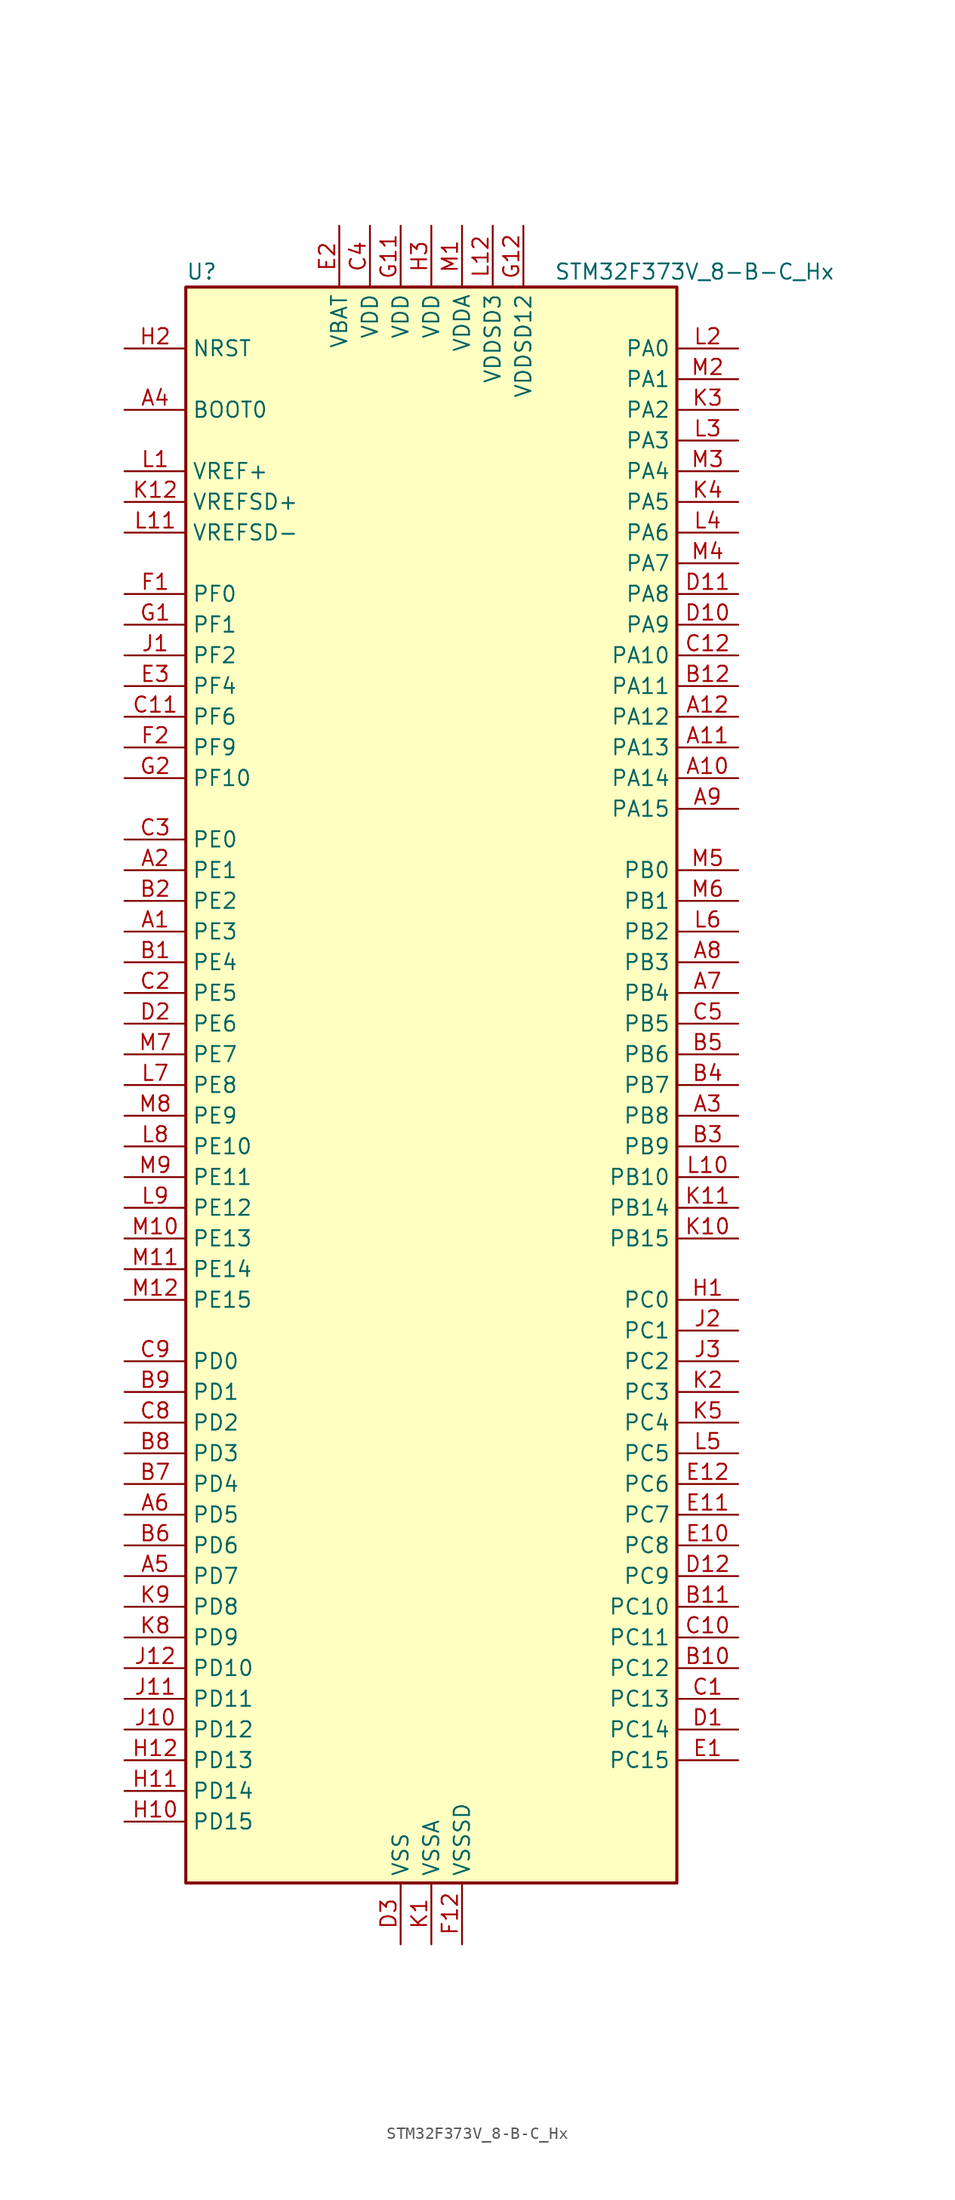
<source format=kicad_sym>
(kicad_symbol_lib
  (version 20241209)
  (generator "kicad_symbol_editor")
  (generator_version "9.0")
  (symbol "STM32F373V_8-B-C_Hx"
    (property "Reference" "U"
      (at -20.32 67.31 0)
      (effects (font (size 1.27 1.27)) (justify left)))
    (property "Value" "STM32F373V_8-B-C_Hx"
      (at 10.16 67.31 0)
      (effects (font (size 1.27 1.27)) (justify left)))
    (symbol "STM32F373V_8-B-C_Hx_0_1"
      (rectangle (start -20.32 -66.04) (end 20.32 66.04) (stroke (width 0.254) (type default)) (fill (type background))))
    (symbol "STM32F373V_8-B-C_Hx_1_1"
      (pin input line (at -25.4 60.96 0) (length 5.08) (name "NRST" (effects (font (size 1.27 1.27)))) (number "H2" (effects (font (size 1.27 1.27)))))
      (pin input line (at -25.4 55.88 0) (length 5.08) (name "BOOT0" (effects (font (size 1.27 1.27)))) (number "A4" (effects (font (size 1.27 1.27)))))
      (pin input line (at -25.4 50.8 0) (length 5.08) (name "VREF+" (effects (font (size 1.27 1.27)))) (number "L1" (effects (font (size 1.27 1.27)))))
      (pin input line (at -25.4 48.26 0) (length 5.08) (name "VREFSD+" (effects (font (size 1.27 1.27)))) (number "K12" (effects (font (size 1.27 1.27)))))
      (pin input line (at -25.4 45.72 0) (length 5.08) (name "VREFSD-" (effects (font (size 1.27 1.27)))) (number "L11" (effects (font (size 1.27 1.27)))))
      (pin bidirectional line (at -25.4 40.64 0) (length 5.08) (name "PF0" (effects (font (size 1.27 1.27)))) (number "F1" (effects (font (size 1.27 1.27)))) (alternate "I2C2_SDA" bidirectional line) (alternate "RCC_OSC_IN" bidirectional line))
      (pin bidirectional line (at -25.4 38.1 0) (length 5.08) (name "PF1" (effects (font (size 1.27 1.27)))) (number "G1" (effects (font (size 1.27 1.27)))) (alternate "I2C2_SCL" bidirectional line) (alternate "RCC_OSC_OUT" bidirectional line))
      (pin bidirectional line (at -25.4 35.56 0) (length 5.08) (name "PF2" (effects (font (size 1.27 1.27)))) (number "J1" (effects (font (size 1.27 1.27)))) (alternate "I2C2_SMBA" bidirectional line))
      (pin bidirectional line (at -25.4 33.02 0) (length 5.08) (name "PF4" (effects (font (size 1.27 1.27)))) (number "E3" (effects (font (size 1.27 1.27)))))
      (pin bidirectional line (at -25.4 30.48 0) (length 5.08) (name "PF6" (effects (font (size 1.27 1.27)))) (number "C11" (effects (font (size 1.27 1.27)))) (alternate "I2C2_SCL" bidirectional line) (alternate "I2S1_SD" bidirectional line) (alternate "SPI1_MOSI" bidirectional line) (alternate "TIM4_CH4" bidirectional line) (alternate "USART3_DE" bidirectional line) (alternate "USART3_RTS" bidirectional line))
      (pin bidirectional line (at -25.4 27.94 0) (length 5.08) (name "PF9" (effects (font (size 1.27 1.27)))) (number "F2" (effects (font (size 1.27 1.27)))) (alternate "DAC1_EXTI9" bidirectional line) (alternate "DAC2_EXTI9" bidirectional line) (alternate "TIM14_CH1" bidirectional line))
      (pin bidirectional line (at -25.4 25.4 0) (length 5.08) (name "PF10" (effects (font (size 1.27 1.27)))) (number "G2" (effects (font (size 1.27 1.27)))))
      (pin bidirectional line (at -25.4 20.32 0) (length 5.08) (name "PE0" (effects (font (size 1.27 1.27)))) (number "C3" (effects (font (size 1.27 1.27)))) (alternate "TIM4_ETR" bidirectional line) (alternate "USART1_TX" bidirectional line))
      (pin bidirectional line (at -25.4 17.78 0) (length 5.08) (name "PE1" (effects (font (size 1.27 1.27)))) (number "A2" (effects (font (size 1.27 1.27)))) (alternate "USART1_RX" bidirectional line))
      (pin bidirectional line (at -25.4 15.24 0) (length 5.08) (name "PE2" (effects (font (size 1.27 1.27)))) (number "B2" (effects (font (size 1.27 1.27)))) (alternate "SYS_TRACECK" bidirectional line) (alternate "TSC_G7_IO1" bidirectional line))
      (pin bidirectional line (at -25.4 12.7 0) (length 5.08) (name "PE3" (effects (font (size 1.27 1.27)))) (number "A1" (effects (font (size 1.27 1.27)))) (alternate "SYS_TRACED0" bidirectional line) (alternate "TSC_G7_IO2" bidirectional line))
      (pin bidirectional line (at -25.4 10.16 0) (length 5.08) (name "PE4" (effects (font (size 1.27 1.27)))) (number "B1" (effects (font (size 1.27 1.27)))) (alternate "SYS_TRACED1" bidirectional line) (alternate "TSC_G7_IO3" bidirectional line))
      (pin bidirectional line (at -25.4 7.62 0) (length 5.08) (name "PE5" (effects (font (size 1.27 1.27)))) (number "C2" (effects (font (size 1.27 1.27)))) (alternate "SYS_TRACED2" bidirectional line) (alternate "TSC_G7_IO4" bidirectional line))
      (pin bidirectional line (at -25.4 5.08 0) (length 5.08) (name "PE6" (effects (font (size 1.27 1.27)))) (number "D2" (effects (font (size 1.27 1.27)))) (alternate "RTC_TAMP3" bidirectional line) (alternate "SYS_TRACED3" bidirectional line) (alternate "SYS_WKUP3" bidirectional line))
      (pin bidirectional line (at -25.4 2.54 0) (length 5.08) (name "PE7" (effects (font (size 1.27 1.27)))) (number "M7" (effects (font (size 1.27 1.27)))) (alternate "SDADC1_AIN3P" bidirectional line) (alternate "SDADC1_AIN4M" bidirectional line) (alternate "SDADC2_AIN5P" bidirectional line) (alternate "SDADC2_AIN6M" bidirectional line))
      (pin bidirectional line (at -25.4 0 0) (length 5.08) (name "PE8" (effects (font (size 1.27 1.27)))) (number "L7" (effects (font (size 1.27 1.27)))) (alternate "SDADC1_AIN8P" bidirectional line) (alternate "SDADC2_AIN8P" bidirectional line))
      (pin bidirectional line (at -25.4 -2.54 0) (length 5.08) (name "PE9" (effects (font (size 1.27 1.27)))) (number "M8" (effects (font (size 1.27 1.27)))) (alternate "DAC1_EXTI9" bidirectional line) (alternate "DAC2_EXTI9" bidirectional line) (alternate "SDADC1_AIN7P" bidirectional line) (alternate "SDADC1_AIN8M" bidirectional line) (alternate "SDADC2_AIN7P" bidirectional line) (alternate "SDADC2_AIN8M" bidirectional line))
      (pin bidirectional line (at -25.4 -5.08 0) (length 5.08) (name "PE10" (effects (font (size 1.27 1.27)))) (number "L8" (effects (font (size 1.27 1.27)))) (alternate "SDADC1_AIN2P" bidirectional line))
      (pin bidirectional line (at -25.4 -7.62 0) (length 5.08) (name "PE11" (effects (font (size 1.27 1.27)))) (number "M9" (effects (font (size 1.27 1.27)))) (alternate "ADC1_EXTI11" bidirectional line) (alternate "SDADC1_AIN1P" bidirectional line) (alternate "SDADC1_AIN2M" bidirectional line) (alternate "SDADC1_EXTI11" bidirectional line) (alternate "SDADC2_AIN4P" bidirectional line) (alternate "SDADC2_EXTI11" bidirectional line) (alternate "SDADC3_EXTI11" bidirectional line))
      (pin bidirectional line (at -25.4 -10.16 0) (length 5.08) (name "PE12" (effects (font (size 1.27 1.27)))) (number "L9" (effects (font (size 1.27 1.27)))) (alternate "SDADC1_AIN0P" bidirectional line) (alternate "SDADC2_AIN3P" bidirectional line) (alternate "SDADC2_AIN4M" bidirectional line))
      (pin bidirectional line (at -25.4 -12.7 0) (length 5.08) (name "PE13" (effects (font (size 1.27 1.27)))) (number "M10" (effects (font (size 1.27 1.27)))) (alternate "SDADC1_AIN0M" bidirectional line) (alternate "SDADC2_AIN2P" bidirectional line))
      (pin bidirectional line (at -25.4 -15.24 0) (length 5.08) (name "PE14" (effects (font (size 1.27 1.27)))) (number "M11" (effects (font (size 1.27 1.27)))) (alternate "SDADC2_AIN1P" bidirectional line) (alternate "SDADC2_AIN2M" bidirectional line))
      (pin bidirectional line (at -25.4 -17.78 0) (length 5.08) (name "PE15" (effects (font (size 1.27 1.27)))) (number "M12" (effects (font (size 1.27 1.27)))) (alternate "ADC1_EXTI15" bidirectional line) (alternate "SDADC1_EXTI15" bidirectional line) (alternate "SDADC2_AIN0P" bidirectional line) (alternate "SDADC2_EXTI15" bidirectional line) (alternate "SDADC3_EXTI15" bidirectional line) (alternate "USART3_RX" bidirectional line))
      (pin bidirectional line (at -25.4 -22.86 0) (length 5.08) (name "PD0" (effects (font (size 1.27 1.27)))) (number "C9" (effects (font (size 1.27 1.27)))) (alternate "CAN_RX" bidirectional line) (alternate "TIM19_CH4" bidirectional line))
      (pin bidirectional line (at -25.4 -25.4 0) (length 5.08) (name "PD1" (effects (font (size 1.27 1.27)))) (number "B9" (effects (font (size 1.27 1.27)))) (alternate "CAN_TX" bidirectional line) (alternate "TIM19_ETR" bidirectional line))
      (pin bidirectional line (at -25.4 -27.94 0) (length 5.08) (name "PD2" (effects (font (size 1.27 1.27)))) (number "C8" (effects (font (size 1.27 1.27)))) (alternate "TIM3_ETR" bidirectional line))
      (pin bidirectional line (at -25.4 -30.48 0) (length 5.08) (name "PD3" (effects (font (size 1.27 1.27)))) (number "B8" (effects (font (size 1.27 1.27)))) (alternate "I2S2_MCK" bidirectional line) (alternate "SPI2_MISO" bidirectional line) (alternate "USART2_CTS" bidirectional line))
      (pin bidirectional line (at -25.4 -33.02 0) (length 5.08) (name "PD4" (effects (font (size 1.27 1.27)))) (number "B7" (effects (font (size 1.27 1.27)))) (alternate "I2S2_SD" bidirectional line) (alternate "SPI2_MOSI" bidirectional line) (alternate "USART2_DE" bidirectional line) (alternate "USART2_RTS" bidirectional line))
      (pin bidirectional line (at -25.4 -35.56 0) (length 5.08) (name "PD5" (effects (font (size 1.27 1.27)))) (number "A6" (effects (font (size 1.27 1.27)))) (alternate "USART2_TX" bidirectional line))
      (pin bidirectional line (at -25.4 -38.1 0) (length 5.08) (name "PD6" (effects (font (size 1.27 1.27)))) (number "B6" (effects (font (size 1.27 1.27)))) (alternate "I2S2_WS" bidirectional line) (alternate "SPI2_NSS" bidirectional line) (alternate "USART2_RX" bidirectional line))
      (pin bidirectional line (at -25.4 -40.64 0) (length 5.08) (name "PD7" (effects (font (size 1.27 1.27)))) (number "A5" (effects (font (size 1.27 1.27)))) (alternate "I2S2_CK" bidirectional line) (alternate "SPI2_SCK" bidirectional line) (alternate "USART2_CK" bidirectional line))
      (pin bidirectional line (at -25.4 -43.18 0) (length 5.08) (name "PD8" (effects (font (size 1.27 1.27)))) (number "K9" (effects (font (size 1.27 1.27)))) (alternate "I2S2_CK" bidirectional line) (alternate "SDADC3_AIN6P" bidirectional line) (alternate "SPI2_SCK" bidirectional line) (alternate "TSC_G6_IO3" bidirectional line) (alternate "USART3_TX" bidirectional line))
      (pin bidirectional line (at -25.4 -45.72 0) (length 5.08) (name "PD9" (effects (font (size 1.27 1.27)))) (number "K8" (effects (font (size 1.27 1.27)))) (alternate "DAC1_EXTI9" bidirectional line) (alternate "DAC2_EXTI9" bidirectional line) (alternate "SDADC3_AIN5P" bidirectional line) (alternate "SDADC3_AIN6M" bidirectional line) (alternate "TSC_G6_IO4" bidirectional line) (alternate "USART3_RX" bidirectional line))
      (pin bidirectional line (at -25.4 -48.26 0) (length 5.08) (name "PD10" (effects (font (size 1.27 1.27)))) (number "J12" (effects (font (size 1.27 1.27)))) (alternate "SDADC3_AIN4P" bidirectional line) (alternate "USART3_CK" bidirectional line))
      (pin bidirectional line (at -25.4 -50.8 0) (length 5.08) (name "PD11" (effects (font (size 1.27 1.27)))) (number "J11" (effects (font (size 1.27 1.27)))) (alternate "ADC1_EXTI11" bidirectional line) (alternate "SDADC1_EXTI11" bidirectional line) (alternate "SDADC2_EXTI11" bidirectional line) (alternate "SDADC3_AIN3P" bidirectional line) (alternate "SDADC3_AIN4M" bidirectional line) (alternate "SDADC3_EXTI11" bidirectional line) (alternate "USART3_CTS" bidirectional line))
      (pin bidirectional line (at -25.4 -53.34 0) (length 5.08) (name "PD12" (effects (font (size 1.27 1.27)))) (number "J10" (effects (font (size 1.27 1.27)))) (alternate "SDADC3_AIN2P" bidirectional line) (alternate "TIM4_CH1" bidirectional line) (alternate "TSC_G8_IO1" bidirectional line) (alternate "USART3_DE" bidirectional line) (alternate "USART3_RTS" bidirectional line))
      (pin bidirectional line (at -25.4 -55.88 0) (length 5.08) (name "PD13" (effects (font (size 1.27 1.27)))) (number "H12" (effects (font (size 1.27 1.27)))) (alternate "SDADC3_AIN1P" bidirectional line) (alternate "SDADC3_AIN2M" bidirectional line) (alternate "TIM4_CH2" bidirectional line) (alternate "TSC_G8_IO2" bidirectional line))
      (pin bidirectional line (at -25.4 -58.42 0) (length 5.08) (name "PD14" (effects (font (size 1.27 1.27)))) (number "H11" (effects (font (size 1.27 1.27)))) (alternate "SDADC3_AIN0P" bidirectional line) (alternate "TIM4_CH3" bidirectional line) (alternate "TSC_G8_IO3" bidirectional line))
      (pin bidirectional line (at -25.4 -60.96 0) (length 5.08) (name "PD15" (effects (font (size 1.27 1.27)))) (number "H10" (effects (font (size 1.27 1.27)))) (alternate "ADC1_EXTI15" bidirectional line) (alternate "SDADC1_EXTI15" bidirectional line) (alternate "SDADC2_EXTI15" bidirectional line) (alternate "SDADC3_AIN0M" bidirectional line) (alternate "SDADC3_EXTI15" bidirectional line) (alternate "TIM4_CH4" bidirectional line) (alternate "TSC_G8_IO4" bidirectional line))
      (pin power_in line (at -7.62 71.12 270) (length 5.08) (name "VBAT" (effects (font (size 1.27 1.27)))) (number "E2" (effects (font (size 1.27 1.27)))))
      (pin power_in line (at -5.08 71.12 270) (length 5.08) (name "VDD" (effects (font (size 1.27 1.27)))) (number "C4" (effects (font (size 1.27 1.27)))))
      (pin power_in line (at -2.54 71.12 270) (length 5.08) (name "VDD" (effects (font (size 1.27 1.27)))) (number "G11" (effects (font (size 1.27 1.27)))))
      (pin power_in line (at -2.54 -71.12 90) (length 5.08) (name "VSS" (effects (font (size 1.27 1.27)))) (number "D3" (effects (font (size 1.27 1.27)))))
      (pin passive line (at -2.54 -71.12 90) (length 5.08) (hide yes) (name "VSS" (effects (font (size 1.27 1.27)))) (number "F11" (effects (font (size 1.27 1.27)))))
      (pin power_in line (at 0 71.12 270) (length 5.08) (name "VDD" (effects (font (size 1.27 1.27)))) (number "H3" (effects (font (size 1.27 1.27)))))
      (pin power_in line (at 0 -71.12 90) (length 5.08) (name "VSSA" (effects (font (size 1.27 1.27)))) (number "K1" (effects (font (size 1.27 1.27)))))
      (pin power_in line (at 2.54 71.12 270) (length 5.08) (name "VDDA" (effects (font (size 1.27 1.27)))) (number "M1" (effects (font (size 1.27 1.27)))))
      (pin power_in line (at 2.54 -71.12 90) (length 5.08) (name "VSSSD" (effects (font (size 1.27 1.27)))) (number "F12" (effects (font (size 1.27 1.27)))))
      (pin power_in line (at 5.08 71.12 270) (length 5.08) (name "VDDSD3" (effects (font (size 1.27 1.27)))) (number "L12" (effects (font (size 1.27 1.27)))))
      (pin power_in line (at 7.62 71.12 270) (length 5.08) (name "VDDSD12" (effects (font (size 1.27 1.27)))) (number "G12" (effects (font (size 1.27 1.27)))))
      (pin bidirectional line (at 25.4 60.96 180) (length 5.08) (name "PA0" (effects (font (size 1.27 1.27)))) (number "L2" (effects (font (size 1.27 1.27)))) (alternate "ADC1_IN0" bidirectional line) (alternate "COMP1_INM" bidirectional line) (alternate "COMP1_OUT" bidirectional line) (alternate "RTC_TAMP2" bidirectional line) (alternate "SYS_WKUP1" bidirectional line) (alternate "TIM19_CH1" bidirectional line) (alternate "TIM2_CH1" bidirectional line) (alternate "TIM2_ETR" bidirectional line) (alternate "TIM5_CH1" bidirectional line) (alternate "TIM5_ETR" bidirectional line) (alternate "TSC_G1_IO1" bidirectional line) (alternate "USART2_CTS" bidirectional line))
      (pin bidirectional line (at 25.4 58.42 180) (length 5.08) (name "PA1" (effects (font (size 1.27 1.27)))) (number "M2" (effects (font (size 1.27 1.27)))) (alternate "ADC1_IN1" bidirectional line) (alternate "COMP1_INP" bidirectional line) (alternate "I2S3_CK" bidirectional line) (alternate "RTC_REFIN" bidirectional line) (alternate "SPI3_SCK" bidirectional line) (alternate "TIM15_CH1N" bidirectional line) (alternate "TIM19_CH2" bidirectional line) (alternate "TIM2_CH2" bidirectional line) (alternate "TIM5_CH2" bidirectional line) (alternate "TSC_G1_IO2" bidirectional line) (alternate "USART2_DE" bidirectional line) (alternate "USART2_RTS" bidirectional line))
      (pin bidirectional line (at 25.4 55.88 180) (length 5.08) (name "PA2" (effects (font (size 1.27 1.27)))) (number "K3" (effects (font (size 1.27 1.27)))) (alternate "ADC1_IN2" bidirectional line) (alternate "COMP2_INM" bidirectional line) (alternate "COMP2_OUT" bidirectional line) (alternate "I2S3_MCK" bidirectional line) (alternate "SPI3_MISO" bidirectional line) (alternate "TIM15_CH1" bidirectional line) (alternate "TIM19_CH3" bidirectional line) (alternate "TIM2_CH3" bidirectional line) (alternate "TIM5_CH3" bidirectional line) (alternate "TSC_G1_IO3" bidirectional line) (alternate "USART2_TX" bidirectional line))
      (pin bidirectional line (at 25.4 53.34 180) (length 5.08) (name "PA3" (effects (font (size 1.27 1.27)))) (number "L3" (effects (font (size 1.27 1.27)))) (alternate "ADC1_IN3" bidirectional line) (alternate "COMP2_INP" bidirectional line) (alternate "I2S3_SD" bidirectional line) (alternate "SPI3_MOSI" bidirectional line) (alternate "TIM15_CH2" bidirectional line) (alternate "TIM19_CH4" bidirectional line) (alternate "TIM2_CH4" bidirectional line) (alternate "TIM5_CH4" bidirectional line) (alternate "TSC_G1_IO4" bidirectional line) (alternate "USART2_RX" bidirectional line))
      (pin bidirectional line (at 25.4 50.8 180) (length 5.08) (name "PA4" (effects (font (size 1.27 1.27)))) (number "M3" (effects (font (size 1.27 1.27)))) (alternate "ADC1_IN4" bidirectional line) (alternate "DAC1_OUT1" bidirectional line) (alternate "I2S1_WS" bidirectional line) (alternate "I2S3_WS" bidirectional line) (alternate "SPI1_NSS" bidirectional line) (alternate "SPI3_NSS" bidirectional line) (alternate "TIM12_CH1" bidirectional line) (alternate "TIM3_CH2" bidirectional line) (alternate "TSC_G2_IO1" bidirectional line) (alternate "USART2_CK" bidirectional line))
      (pin bidirectional line (at 25.4 48.26 180) (length 5.08) (name "PA5" (effects (font (size 1.27 1.27)))) (number "K4" (effects (font (size 1.27 1.27)))) (alternate "ADC1_IN5" bidirectional line) (alternate "CEC" bidirectional line) (alternate "DAC1_OUT2" bidirectional line) (alternate "I2S1_CK" bidirectional line) (alternate "SPI1_SCK" bidirectional line) (alternate "TIM12_CH2" bidirectional line) (alternate "TIM14_CH1" bidirectional line) (alternate "TIM2_CH1" bidirectional line) (alternate "TIM2_ETR" bidirectional line) (alternate "TSC_G2_IO2" bidirectional line))
      (pin bidirectional line (at 25.4 45.72 180) (length 5.08) (name "PA6" (effects (font (size 1.27 1.27)))) (number "L4" (effects (font (size 1.27 1.27)))) (alternate "ADC1_IN6" bidirectional line) (alternate "COMP1_OUT" bidirectional line) (alternate "DAC2_OUT1" bidirectional line) (alternate "I2S1_MCK" bidirectional line) (alternate "SPI1_MISO" bidirectional line) (alternate "TIM13_CH1" bidirectional line) (alternate "TIM16_CH1" bidirectional line) (alternate "TIM3_CH1" bidirectional line) (alternate "TSC_G2_IO3" bidirectional line))
      (pin bidirectional line (at 25.4 43.18 180) (length 5.08) (name "PA7" (effects (font (size 1.27 1.27)))) (number "M4" (effects (font (size 1.27 1.27)))) (alternate "ADC1_IN7" bidirectional line) (alternate "COMP2_OUT" bidirectional line) (alternate "I2S1_SD" bidirectional line) (alternate "SPI1_MOSI" bidirectional line) (alternate "TIM14_CH1" bidirectional line) (alternate "TIM17_CH1" bidirectional line) (alternate "TIM3_CH2" bidirectional line) (alternate "TSC_G2_IO4" bidirectional line))
      (pin bidirectional line (at 25.4 40.64 180) (length 5.08) (name "PA8" (effects (font (size 1.27 1.27)))) (number "D11" (effects (font (size 1.27 1.27)))) (alternate "I2C2_SMBA" bidirectional line) (alternate "I2S2_CK" bidirectional line) (alternate "RCC_MCO" bidirectional line) (alternate "SPI2_SCK" bidirectional line) (alternate "TIM4_ETR" bidirectional line) (alternate "TIM5_CH1" bidirectional line) (alternate "TIM5_ETR" bidirectional line) (alternate "USART1_CK" bidirectional line))
      (pin bidirectional line (at 25.4 38.1 180) (length 5.08) (name "PA9" (effects (font (size 1.27 1.27)))) (number "D10" (effects (font (size 1.27 1.27)))) (alternate "DAC1_EXTI9" bidirectional line) (alternate "DAC2_EXTI9" bidirectional line) (alternate "I2C2_SCL" bidirectional line) (alternate "I2S2_MCK" bidirectional line) (alternate "SPI2_MISO" bidirectional line) (alternate "TIM13_CH1" bidirectional line) (alternate "TIM15_BKIN" bidirectional line) (alternate "TIM2_CH3" bidirectional line) (alternate "TSC_G4_IO1" bidirectional line) (alternate "USART1_TX" bidirectional line))
      (pin bidirectional line (at 25.4 35.56 180) (length 5.08) (name "PA10" (effects (font (size 1.27 1.27)))) (number "C12" (effects (font (size 1.27 1.27)))) (alternate "I2C2_SDA" bidirectional line) (alternate "I2S2_SD" bidirectional line) (alternate "SPI2_MOSI" bidirectional line) (alternate "TIM14_CH1" bidirectional line) (alternate "TIM17_BKIN" bidirectional line) (alternate "TIM2_CH4" bidirectional line) (alternate "TSC_G4_IO2" bidirectional line) (alternate "USART1_RX" bidirectional line))
      (pin bidirectional line (at 25.4 33.02 180) (length 5.08) (name "PA11" (effects (font (size 1.27 1.27)))) (number "B12" (effects (font (size 1.27 1.27)))) (alternate "ADC1_EXTI11" bidirectional line) (alternate "CAN_RX" bidirectional line) (alternate "COMP1_OUT" bidirectional line) (alternate "I2S1_WS" bidirectional line) (alternate "I2S2_WS" bidirectional line) (alternate "SDADC1_EXTI11" bidirectional line) (alternate "SDADC2_EXTI11" bidirectional line) (alternate "SDADC3_EXTI11" bidirectional line) (alternate "SPI1_NSS" bidirectional line) (alternate "SPI2_NSS" bidirectional line) (alternate "TIM4_CH1" bidirectional line) (alternate "TIM5_CH2" bidirectional line) (alternate "USART1_CTS" bidirectional line) (alternate "USB_DM" bidirectional line))
      (pin bidirectional line (at 25.4 30.48 180) (length 5.08) (name "PA12" (effects (font (size 1.27 1.27)))) (number "A12" (effects (font (size 1.27 1.27)))) (alternate "CAN_TX" bidirectional line) (alternate "COMP2_OUT" bidirectional line) (alternate "I2S1_CK" bidirectional line) (alternate "SPI1_SCK" bidirectional line) (alternate "TIM16_CH1" bidirectional line) (alternate "TIM4_CH2" bidirectional line) (alternate "TIM5_CH3" bidirectional line) (alternate "USART1_DE" bidirectional line) (alternate "USART1_RTS" bidirectional line) (alternate "USB_DP" bidirectional line))
      (pin bidirectional line (at 25.4 27.94 180) (length 5.08) (name "PA13" (effects (font (size 1.27 1.27)))) (number "A11" (effects (font (size 1.27 1.27)))) (alternate "I2S1_MCK" bidirectional line) (alternate "IR_OUT" bidirectional line) (alternate "SPI1_MISO" bidirectional line) (alternate "SYS_JTMS-SWDIO" bidirectional line) (alternate "TIM16_CH1N" bidirectional line) (alternate "TIM4_CH3" bidirectional line) (alternate "TIM5_CH4" bidirectional line) (alternate "TSC_G4_IO3" bidirectional line) (alternate "USART3_CTS" bidirectional line))
      (pin bidirectional line (at 25.4 25.4 180) (length 5.08) (name "PA14" (effects (font (size 1.27 1.27)))) (number "A10" (effects (font (size 1.27 1.27)))) (alternate "I2C1_SDA" bidirectional line) (alternate "SYS_JTCK-SWCLK" bidirectional line) (alternate "TIM12_CH1" bidirectional line) (alternate "TSC_G4_IO4" bidirectional line))
      (pin bidirectional line (at 25.4 22.86 180) (length 5.08) (name "PA15" (effects (font (size 1.27 1.27)))) (number "A9" (effects (font (size 1.27 1.27)))) (alternate "ADC1_EXTI15" bidirectional line) (alternate "I2C1_SCL" bidirectional line) (alternate "I2S1_WS" bidirectional line) (alternate "I2S3_WS" bidirectional line) (alternate "SDADC1_EXTI15" bidirectional line) (alternate "SDADC2_EXTI15" bidirectional line) (alternate "SDADC3_EXTI15" bidirectional line) (alternate "SPI1_NSS" bidirectional line) (alternate "SPI3_NSS" bidirectional line) (alternate "SYS_JTDI" bidirectional line) (alternate "TIM12_CH2" bidirectional line) (alternate "TIM2_CH1" bidirectional line) (alternate "TIM2_ETR" bidirectional line) (alternate "TSC_SYNC" bidirectional line))
      (pin bidirectional line (at 25.4 17.78 180) (length 5.08) (name "PB0" (effects (font (size 1.27 1.27)))) (number "M5" (effects (font (size 1.27 1.27)))) (alternate "ADC1_IN8" bidirectional line) (alternate "I2S1_SD" bidirectional line) (alternate "SDADC1_AIN6P" bidirectional line) (alternate "SPI1_MOSI" bidirectional line) (alternate "TIM3_CH2" bidirectional line) (alternate "TIM3_CH3" bidirectional line) (alternate "TSC_G3_IO3" bidirectional line))
      (pin bidirectional line (at 25.4 15.24 180) (length 5.08) (name "PB1" (effects (font (size 1.27 1.27)))) (number "M6" (effects (font (size 1.27 1.27)))) (alternate "ADC1_IN9" bidirectional line) (alternate "SDADC1_AIN5P" bidirectional line) (alternate "SDADC1_AIN6M" bidirectional line) (alternate "TIM3_CH4" bidirectional line) (alternate "TSC_G3_IO4" bidirectional line))
      (pin bidirectional line (at 25.4 12.7 180) (length 5.08) (name "PB2" (effects (font (size 1.27 1.27)))) (number "L6" (effects (font (size 1.27 1.27)))) (alternate "SDADC1_AIN4P" bidirectional line) (alternate "SDADC2_AIN6P" bidirectional line))
      (pin bidirectional line (at 25.4 10.16 180) (length 5.08) (name "PB3" (effects (font (size 1.27 1.27)))) (number "A8" (effects (font (size 1.27 1.27)))) (alternate "I2S1_CK" bidirectional line) (alternate "I2S3_CK" bidirectional line) (alternate "SPI1_SCK" bidirectional line) (alternate "SPI3_SCK" bidirectional line) (alternate "SYS_JTDO-TRACESWO" bidirectional line) (alternate "TIM13_CH1" bidirectional line) (alternate "TIM2_CH2" bidirectional line) (alternate "TIM3_ETR" bidirectional line) (alternate "TIM4_ETR" bidirectional line) (alternate "TSC_G5_IO1" bidirectional line) (alternate "USART2_TX" bidirectional line))
      (pin bidirectional line (at 25.4 7.62 180) (length 5.08) (name "PB4" (effects (font (size 1.27 1.27)))) (number "A7" (effects (font (size 1.27 1.27)))) (alternate "I2S1_MCK" bidirectional line) (alternate "I2S3_MCK" bidirectional line) (alternate "SPI1_MISO" bidirectional line) (alternate "SPI3_MISO" bidirectional line) (alternate "SYS_NJTRST" bidirectional line) (alternate "TIM15_CH1N" bidirectional line) (alternate "TIM16_CH1" bidirectional line) (alternate "TIM17_BKIN" bidirectional line) (alternate "TIM3_CH1" bidirectional line) (alternate "TSC_G5_IO2" bidirectional line) (alternate "USART2_RX" bidirectional line))
      (pin bidirectional line (at 25.4 5.08 180) (length 5.08) (name "PB5" (effects (font (size 1.27 1.27)))) (number "C5" (effects (font (size 1.27 1.27)))) (alternate "I2C1_SMBA" bidirectional line) (alternate "I2S1_SD" bidirectional line) (alternate "I2S3_SD" bidirectional line) (alternate "SPI1_MOSI" bidirectional line) (alternate "SPI3_MOSI" bidirectional line) (alternate "TIM16_BKIN" bidirectional line) (alternate "TIM17_CH1" bidirectional line) (alternate "TIM19_ETR" bidirectional line) (alternate "TIM3_CH2" bidirectional line) (alternate "USART2_CK" bidirectional line))
      (pin bidirectional line (at 25.4 2.54 180) (length 5.08) (name "PB6" (effects (font (size 1.27 1.27)))) (number "B5" (effects (font (size 1.27 1.27)))) (alternate "I2C1_SCL" bidirectional line) (alternate "TIM15_CH1" bidirectional line) (alternate "TIM16_CH1N" bidirectional line) (alternate "TIM19_CH1" bidirectional line) (alternate "TIM3_CH3" bidirectional line) (alternate "TIM4_CH1" bidirectional line) (alternate "TSC_G5_IO3" bidirectional line) (alternate "USART1_TX" bidirectional line))
      (pin bidirectional line (at 25.4 0 180) (length 5.08) (name "PB7" (effects (font (size 1.27 1.27)))) (number "B4" (effects (font (size 1.27 1.27)))) (alternate "I2C1_SDA" bidirectional line) (alternate "TIM15_CH2" bidirectional line) (alternate "TIM17_CH1N" bidirectional line) (alternate "TIM19_CH2" bidirectional line) (alternate "TIM3_CH4" bidirectional line) (alternate "TIM4_CH2" bidirectional line) (alternate "TSC_G5_IO4" bidirectional line) (alternate "USART1_RX" bidirectional line))
      (pin bidirectional line (at 25.4 -2.54 180) (length 5.08) (name "PB8" (effects (font (size 1.27 1.27)))) (number "A3" (effects (font (size 1.27 1.27)))) (alternate "CAN_RX" bidirectional line) (alternate "CEC" bidirectional line) (alternate "COMP1_OUT" bidirectional line) (alternate "I2C1_SCL" bidirectional line) (alternate "I2S2_CK" bidirectional line) (alternate "SPI2_SCK" bidirectional line) (alternate "TIM16_CH1" bidirectional line) (alternate "TIM19_CH3" bidirectional line) (alternate "TIM4_CH3" bidirectional line) (alternate "TSC_SYNC" bidirectional line) (alternate "USART3_TX" bidirectional line))
      (pin bidirectional line (at 25.4 -5.08 180) (length 5.08) (name "PB9" (effects (font (size 1.27 1.27)))) (number "B3" (effects (font (size 1.27 1.27)))) (alternate "CAN_TX" bidirectional line) (alternate "COMP2_OUT" bidirectional line) (alternate "DAC1_EXTI9" bidirectional line) (alternate "DAC2_EXTI9" bidirectional line) (alternate "I2C1_SDA" bidirectional line) (alternate "I2S2_WS" bidirectional line) (alternate "IR_OUT" bidirectional line) (alternate "SPI2_NSS" bidirectional line) (alternate "TIM17_CH1" bidirectional line) (alternate "TIM19_CH4" bidirectional line) (alternate "TIM4_CH4" bidirectional line) (alternate "USART3_RX" bidirectional line))
      (pin bidirectional line (at 25.4 -7.62 180) (length 5.08) (name "PB10" (effects (font (size 1.27 1.27)))) (number "L10" (effects (font (size 1.27 1.27)))) (alternate "CEC" bidirectional line) (alternate "I2S2_CK" bidirectional line) (alternate "SDADC2_AIN0M" bidirectional line) (alternate "SPI2_SCK" bidirectional line) (alternate "TIM2_CH3" bidirectional line) (alternate "TSC_SYNC" bidirectional line) (alternate "USART3_TX" bidirectional line))
      (pin bidirectional line (at 25.4 -10.16 180) (length 5.08) (name "PB14" (effects (font (size 1.27 1.27)))) (number "K11" (effects (font (size 1.27 1.27)))) (alternate "I2S2_MCK" bidirectional line) (alternate "SDADC3_AIN8P" bidirectional line) (alternate "SPI2_MISO" bidirectional line) (alternate "TIM12_CH1" bidirectional line) (alternate "TIM15_CH1" bidirectional line) (alternate "TSC_G6_IO1" bidirectional line) (alternate "USART3_DE" bidirectional line) (alternate "USART3_RTS" bidirectional line))
      (pin bidirectional line (at 25.4 -12.7 180) (length 5.08) (name "PB15" (effects (font (size 1.27 1.27)))) (number "K10" (effects (font (size 1.27 1.27)))) (alternate "ADC1_EXTI15" bidirectional line) (alternate "I2S2_SD" bidirectional line) (alternate "RTC_REFIN" bidirectional line) (alternate "SDADC1_EXTI15" bidirectional line) (alternate "SDADC2_EXTI15" bidirectional line) (alternate "SDADC3_AIN7P" bidirectional line) (alternate "SDADC3_AIN8M" bidirectional line) (alternate "SDADC3_EXTI15" bidirectional line) (alternate "SPI2_MOSI" bidirectional line) (alternate "TIM12_CH2" bidirectional line) (alternate "TIM15_CH1N" bidirectional line) (alternate "TIM15_CH2" bidirectional line) (alternate "TSC_G6_IO2" bidirectional line))
      (pin bidirectional line (at 25.4 -17.78 180) (length 5.08) (name "PC0" (effects (font (size 1.27 1.27)))) (number "H1" (effects (font (size 1.27 1.27)))) (alternate "ADC1_IN10" bidirectional line) (alternate "TIM5_CH1" bidirectional line) (alternate "TIM5_ETR" bidirectional line))
      (pin bidirectional line (at 25.4 -20.32 180) (length 5.08) (name "PC1" (effects (font (size 1.27 1.27)))) (number "J2" (effects (font (size 1.27 1.27)))) (alternate "ADC1_IN11" bidirectional line) (alternate "TIM5_CH2" bidirectional line))
      (pin bidirectional line (at 25.4 -22.86 180) (length 5.08) (name "PC2" (effects (font (size 1.27 1.27)))) (number "J3" (effects (font (size 1.27 1.27)))) (alternate "ADC1_IN12" bidirectional line) (alternate "I2S2_MCK" bidirectional line) (alternate "SPI2_MISO" bidirectional line) (alternate "TIM5_CH3" bidirectional line))
      (pin bidirectional line (at 25.4 -25.4 180) (length 5.08) (name "PC3" (effects (font (size 1.27 1.27)))) (number "K2" (effects (font (size 1.27 1.27)))) (alternate "ADC1_IN13" bidirectional line) (alternate "I2S2_SD" bidirectional line) (alternate "SPI2_MOSI" bidirectional line) (alternate "TIM5_CH4" bidirectional line))
      (pin bidirectional line (at 25.4 -27.94 180) (length 5.08) (name "PC4" (effects (font (size 1.27 1.27)))) (number "K5" (effects (font (size 1.27 1.27)))) (alternate "ADC1_IN14" bidirectional line) (alternate "TIM13_CH1" bidirectional line) (alternate "TSC_G3_IO1" bidirectional line) (alternate "USART1_TX" bidirectional line))
      (pin bidirectional line (at 25.4 -30.48 180) (length 5.08) (name "PC5" (effects (font (size 1.27 1.27)))) (number "L5" (effects (font (size 1.27 1.27)))) (alternate "ADC1_IN15" bidirectional line) (alternate "TSC_G3_IO2" bidirectional line) (alternate "USART1_RX" bidirectional line))
      (pin bidirectional line (at 25.4 -33.02 180) (length 5.08) (name "PC6" (effects (font (size 1.27 1.27)))) (number "E12" (effects (font (size 1.27 1.27)))) (alternate "I2S1_WS" bidirectional line) (alternate "SPI1_NSS" bidirectional line) (alternate "TIM3_CH1" bidirectional line))
      (pin bidirectional line (at 25.4 -35.56 180) (length 5.08) (name "PC7" (effects (font (size 1.27 1.27)))) (number "E11" (effects (font (size 1.27 1.27)))) (alternate "I2S1_CK" bidirectional line) (alternate "SPI1_SCK" bidirectional line) (alternate "TIM3_CH2" bidirectional line))
      (pin bidirectional line (at 25.4 -38.1 180) (length 5.08) (name "PC8" (effects (font (size 1.27 1.27)))) (number "E10" (effects (font (size 1.27 1.27)))) (alternate "I2S1_MCK" bidirectional line) (alternate "SPI1_MISO" bidirectional line) (alternate "TIM3_CH3" bidirectional line))
      (pin bidirectional line (at 25.4 -40.64 180) (length 5.08) (name "PC9" (effects (font (size 1.27 1.27)))) (number "D12" (effects (font (size 1.27 1.27)))) (alternate "DAC1_EXTI9" bidirectional line) (alternate "DAC2_EXTI9" bidirectional line) (alternate "I2S1_SD" bidirectional line) (alternate "SPI1_MOSI" bidirectional line) (alternate "TIM3_CH4" bidirectional line))
      (pin bidirectional line (at 25.4 -43.18 180) (length 5.08) (name "PC10" (effects (font (size 1.27 1.27)))) (number "B11" (effects (font (size 1.27 1.27)))) (alternate "I2S3_CK" bidirectional line) (alternate "SPI3_SCK" bidirectional line) (alternate "TIM19_CH1" bidirectional line) (alternate "USART3_TX" bidirectional line))
      (pin bidirectional line (at 25.4 -45.72 180) (length 5.08) (name "PC11" (effects (font (size 1.27 1.27)))) (number "C10" (effects (font (size 1.27 1.27)))) (alternate "ADC1_EXTI11" bidirectional line) (alternate "I2S3_MCK" bidirectional line) (alternate "SDADC1_EXTI11" bidirectional line) (alternate "SDADC2_EXTI11" bidirectional line) (alternate "SDADC3_EXTI11" bidirectional line) (alternate "SPI3_MISO" bidirectional line) (alternate "TIM19_CH2" bidirectional line) (alternate "USART3_RX" bidirectional line))
      (pin bidirectional line (at 25.4 -48.26 180) (length 5.08) (name "PC12" (effects (font (size 1.27 1.27)))) (number "B10" (effects (font (size 1.27 1.27)))) (alternate "I2S3_SD" bidirectional line) (alternate "SPI3_MOSI" bidirectional line) (alternate "TIM19_CH3" bidirectional line) (alternate "USART3_CK" bidirectional line))
      (pin bidirectional line (at 25.4 -50.8 180) (length 5.08) (name "PC13" (effects (font (size 1.27 1.27)))) (number "C1" (effects (font (size 1.27 1.27)))) (alternate "RTC_OUT_ALARM" bidirectional line) (alternate "RTC_OUT_CALIB" bidirectional line) (alternate "RTC_TAMP1" bidirectional line) (alternate "RTC_TS" bidirectional line) (alternate "SYS_WKUP2" bidirectional line))
      (pin bidirectional line (at 25.4 -53.34 180) (length 5.08) (name "PC14" (effects (font (size 1.27 1.27)))) (number "D1" (effects (font (size 1.27 1.27)))) (alternate "RCC_OSC32_IN" bidirectional line))
      (pin bidirectional line (at 25.4 -55.88 180) (length 5.08) (name "PC15" (effects (font (size 1.27 1.27)))) (number "E1" (effects (font (size 1.27 1.27)))) (alternate "ADC1_EXTI15" bidirectional line) (alternate "RCC_OSC32_OUT" bidirectional line) (alternate "SDADC1_EXTI15" bidirectional line) (alternate "SDADC2_EXTI15" bidirectional line) (alternate "SDADC3_EXTI15" bidirectional line)))))
</source>
